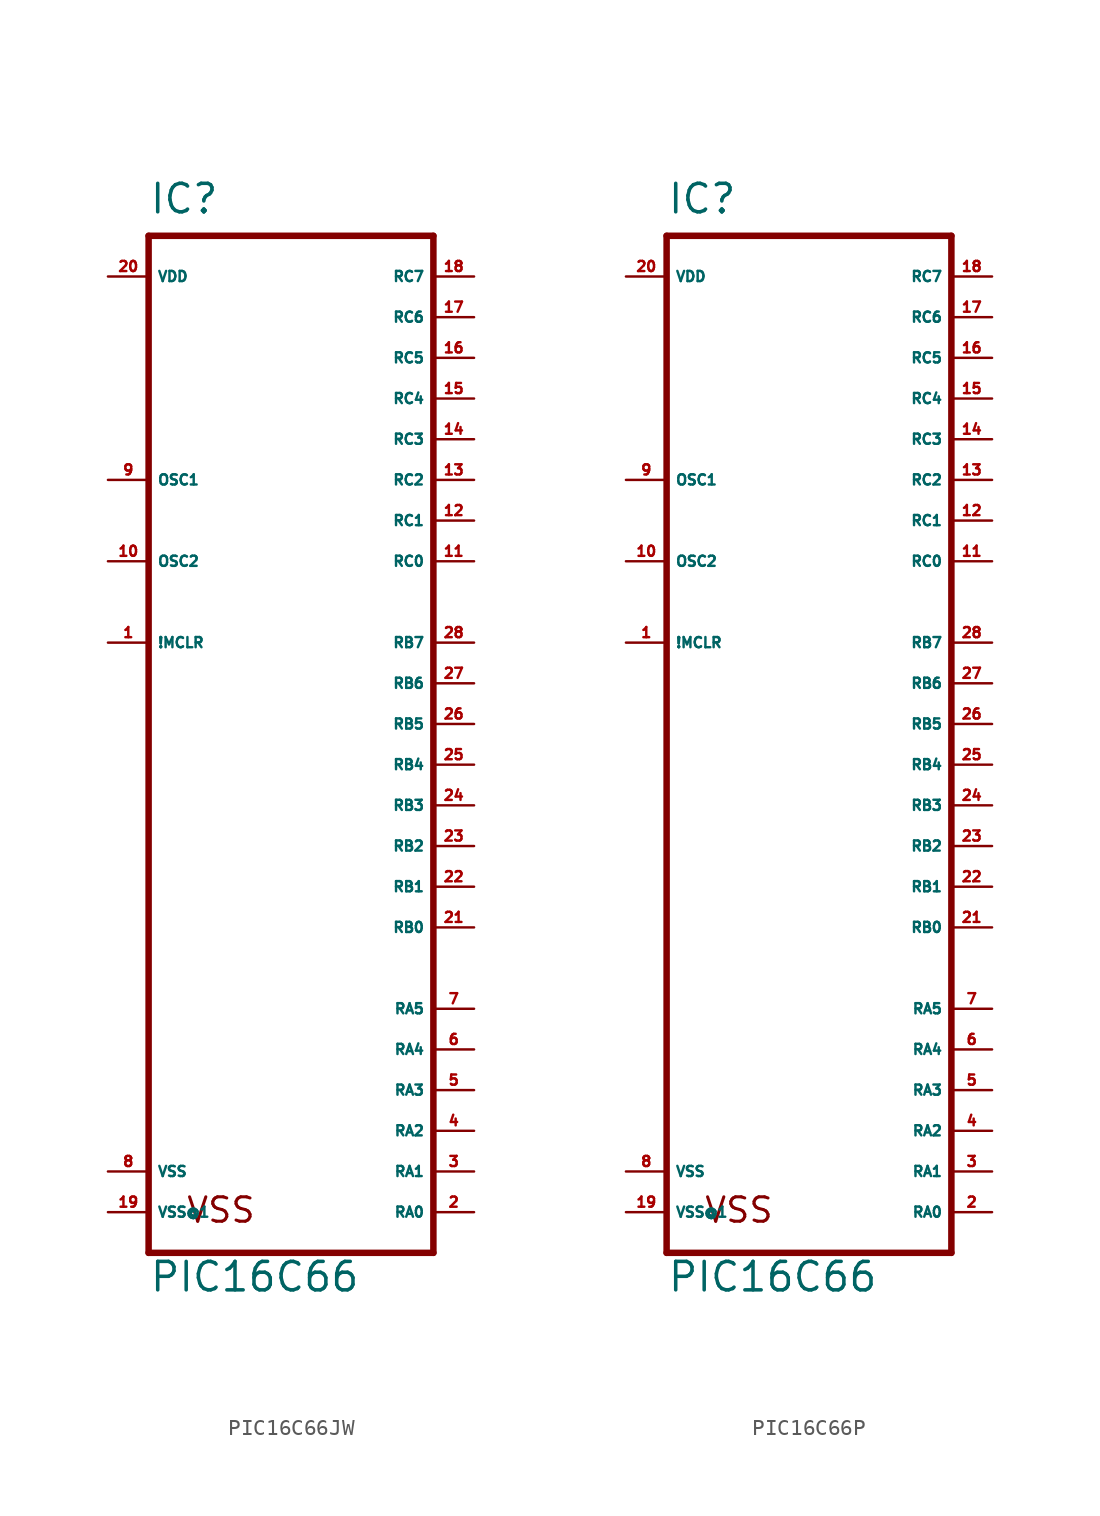
<source format=kicad_sym>
(kicad_symbol_lib
  (version 20220914)
  (generator Eagle2Kicad)
  (symbol "PIC16C66JW"
    (property "Reference" "IC"
      (at -7.62 31.75 0)
      (effects (font (size 1.778 1.778) (thickness 0.22)) (justify left bottom)))
    (property "Value" "PIC16C66"
      (at -7.62 -35.56 0)
      (effects (font (size 1.778 1.778) (thickness 0.22)) (justify left bottom)))
    (polyline
      (pts (xy -7.62 -33.02) (xy 10.16 -33.02))
      (stroke (width 0.406) (type default))
      (fill (type none)))
    (polyline
      (pts (xy 10.16 -33.02) (xy 10.16 30.48))
      (stroke (width 0.406) (type default))
      (fill (type none)))
    (polyline
      (pts (xy 10.16 30.48) (xy -7.62 30.48))
      (stroke (width 0.406) (type default))
      (fill (type none)))
    (polyline
      (pts (xy -7.62 30.48) (xy -7.62 -33.02))
      (stroke (width 0.406) (type default))
      (fill (type none)))
    (text "VSS"
      (at -5.334 -31.242 0)
      (effects (font (size 1.524 1.524) (thickness 0.19)) (justify left bottom)))
    (pin input line
      (at -10.16 5.08 0)
      (length 2.54)
      (name "!MCLR" (effects (font (size 0.635 0.635) (thickness 0.08)) (justify left bottom)))
      (number "1" (effects (font (size 0.635 0.635) (thickness 0.08)) (justify left bottom))))
    (pin bidirectional line
      (at -10.16 15.24 0)
      (length 2.54)
      (name "OSC1" (effects (font (size 0.635 0.635) (thickness 0.08)) (justify left bottom)))
      (number "9" (effects (font (size 0.635 0.635) (thickness 0.08)) (justify left bottom))))
    (pin bidirectional line
      (at 12.7 -30.48 180)
      (length 2.54)
      (name "RA0" (effects (font (size 0.635 0.635) (thickness 0.08)) (justify left bottom)))
      (number "2" (effects (font (size 0.635 0.635) (thickness 0.08)) (justify left bottom))))
    (pin bidirectional line
      (at 12.7 -27.94 180)
      (length 2.54)
      (name "RA1" (effects (font (size 0.635 0.635) (thickness 0.08)) (justify left bottom)))
      (number "3" (effects (font (size 0.635 0.635) (thickness 0.08)) (justify left bottom))))
    (pin bidirectional line
      (at 12.7 -25.4 180)
      (length 2.54)
      (name "RA2" (effects (font (size 0.635 0.635) (thickness 0.08)) (justify left bottom)))
      (number "4" (effects (font (size 0.635 0.635) (thickness 0.08)) (justify left bottom))))
    (pin bidirectional line
      (at 12.7 -22.86 180)
      (length 2.54)
      (name "RA3" (effects (font (size 0.635 0.635) (thickness 0.08)) (justify left bottom)))
      (number "5" (effects (font (size 0.635 0.635) (thickness 0.08)) (justify left bottom))))
    (pin bidirectional line
      (at 12.7 -20.32 180)
      (length 2.54)
      (name "RA4" (effects (font (size 0.635 0.635) (thickness 0.08)) (justify left bottom)))
      (number "6" (effects (font (size 0.635 0.635) (thickness 0.08)) (justify left bottom))))
    (pin bidirectional line
      (at 12.7 -17.78 180)
      (length 2.54)
      (name "RA5" (effects (font (size 0.635 0.635) (thickness 0.08)) (justify left bottom)))
      (number "7" (effects (font (size 0.635 0.635) (thickness 0.08)) (justify left bottom))))
    (pin bidirectional line
      (at -10.16 10.16 0)
      (length 2.54)
      (name "OSC2" (effects (font (size 0.635 0.635) (thickness 0.08)) (justify left bottom)))
      (number "10" (effects (font (size 0.635 0.635) (thickness 0.08)) (justify left bottom))))
    (pin bidirectional line
      (at 12.7 27.94 180)
      (length 2.54)
      (name "RC7" (effects (font (size 0.635 0.635) (thickness 0.08)) (justify left bottom)))
      (number "18" (effects (font (size 0.635 0.635) (thickness 0.08)) (justify left bottom))))
    (pin bidirectional line
      (at 12.7 25.4 180)
      (length 2.54)
      (name "RC6" (effects (font (size 0.635 0.635) (thickness 0.08)) (justify left bottom)))
      (number "17" (effects (font (size 0.635 0.635) (thickness 0.08)) (justify left bottom))))
    (pin bidirectional line
      (at 12.7 22.86 180)
      (length 2.54)
      (name "RC5" (effects (font (size 0.635 0.635) (thickness 0.08)) (justify left bottom)))
      (number "16" (effects (font (size 0.635 0.635) (thickness 0.08)) (justify left bottom))))
    (pin bidirectional line
      (at 12.7 20.32 180)
      (length 2.54)
      (name "RC4" (effects (font (size 0.635 0.635) (thickness 0.08)) (justify left bottom)))
      (number "15" (effects (font (size 0.635 0.635) (thickness 0.08)) (justify left bottom))))
    (pin bidirectional line
      (at 12.7 17.78 180)
      (length 2.54)
      (name "RC3" (effects (font (size 0.635 0.635) (thickness 0.08)) (justify left bottom)))
      (number "14" (effects (font (size 0.635 0.635) (thickness 0.08)) (justify left bottom))))
    (pin bidirectional line
      (at 12.7 15.24 180)
      (length 2.54)
      (name "RC2" (effects (font (size 0.635 0.635) (thickness 0.08)) (justify left bottom)))
      (number "13" (effects (font (size 0.635 0.635) (thickness 0.08)) (justify left bottom))))
    (pin bidirectional line
      (at 12.7 12.7 180)
      (length 2.54)
      (name "RC1" (effects (font (size 0.635 0.635) (thickness 0.08)) (justify left bottom)))
      (number "12" (effects (font (size 0.635 0.635) (thickness 0.08)) (justify left bottom))))
    (pin bidirectional line
      (at 12.7 10.16 180)
      (length 2.54)
      (name "RC0" (effects (font (size 0.635 0.635) (thickness 0.08)) (justify left bottom)))
      (number "11" (effects (font (size 0.635 0.635) (thickness 0.08)) (justify left bottom))))
    (pin bidirectional line
      (at 12.7 5.08 180)
      (length 2.54)
      (name "RB7" (effects (font (size 0.635 0.635) (thickness 0.08)) (justify left bottom)))
      (number "28" (effects (font (size 0.635 0.635) (thickness 0.08)) (justify left bottom))))
    (pin bidirectional line
      (at 12.7 2.54 180)
      (length 2.54)
      (name "RB6" (effects (font (size 0.635 0.635) (thickness 0.08)) (justify left bottom)))
      (number "27" (effects (font (size 0.635 0.635) (thickness 0.08)) (justify left bottom))))
    (pin bidirectional line
      (at 12.7 0 180)
      (length 2.54)
      (name "RB5" (effects (font (size 0.635 0.635) (thickness 0.08)) (justify left bottom)))
      (number "26" (effects (font (size 0.635 0.635) (thickness 0.08)) (justify left bottom))))
    (pin bidirectional line
      (at 12.7 -2.54 180)
      (length 2.54)
      (name "RB4" (effects (font (size 0.635 0.635) (thickness 0.08)) (justify left bottom)))
      (number "25" (effects (font (size 0.635 0.635) (thickness 0.08)) (justify left bottom))))
    (pin bidirectional line
      (at 12.7 -5.08 180)
      (length 2.54)
      (name "RB3" (effects (font (size 0.635 0.635) (thickness 0.08)) (justify left bottom)))
      (number "24" (effects (font (size 0.635 0.635) (thickness 0.08)) (justify left bottom))))
    (pin bidirectional line
      (at 12.7 -7.62 180)
      (length 2.54)
      (name "RB2" (effects (font (size 0.635 0.635) (thickness 0.08)) (justify left bottom)))
      (number "23" (effects (font (size 0.635 0.635) (thickness 0.08)) (justify left bottom))))
    (pin bidirectional line
      (at 12.7 -10.16 180)
      (length 2.54)
      (name "RB1" (effects (font (size 0.635 0.635) (thickness 0.08)) (justify left bottom)))
      (number "22" (effects (font (size 0.635 0.635) (thickness 0.08)) (justify left bottom))))
    (pin bidirectional line
      (at 12.7 -12.7 180)
      (length 2.54)
      (name "RB0" (effects (font (size 0.635 0.635) (thickness 0.08)) (justify left bottom)))
      (number "21" (effects (font (size 0.635 0.635) (thickness 0.08)) (justify left bottom))))
    (pin unspecified line
      (at -10.16 -30.48 0)
      (length 2.54)
      (name "VSS@1" (effects (font (size 0.635 0.635) (thickness 0.08)) (justify left bottom)))
      (number "19" (effects (font (size 0.635 0.635) (thickness 0.08)) (justify left bottom))))
    (pin unspecified line
      (at -10.16 -27.94 0)
      (length 2.54)
      (name "VSS" (effects (font (size 0.635 0.635) (thickness 0.08)) (justify left bottom)))
      (number "8" (effects (font (size 0.635 0.635) (thickness 0.08)) (justify left bottom))))
    (pin unspecified line
      (at -10.16 27.94 0)
      (length 2.54)
      (name "VDD" (effects (font (size 0.635 0.635) (thickness 0.08)) (justify left bottom)))
      (number "20" (effects (font (size 0.635 0.635) (thickness 0.08)) (justify left bottom)))))
  (symbol "PIC16C66P"
    (property "Reference" "IC"
      (at -7.62 31.75 0)
      (effects (font (size 1.778 1.778) (thickness 0.22)) (justify left bottom)))
    (property "Value" "PIC16C66"
      (at -7.62 -35.56 0)
      (effects (font (size 1.778 1.778) (thickness 0.22)) (justify left bottom)))
    (polyline
      (pts (xy -7.62 -33.02) (xy 10.16 -33.02))
      (stroke (width 0.406) (type default))
      (fill (type none)))
    (polyline
      (pts (xy 10.16 -33.02) (xy 10.16 30.48))
      (stroke (width 0.406) (type default))
      (fill (type none)))
    (polyline
      (pts (xy 10.16 30.48) (xy -7.62 30.48))
      (stroke (width 0.406) (type default))
      (fill (type none)))
    (polyline
      (pts (xy -7.62 30.48) (xy -7.62 -33.02))
      (stroke (width 0.406) (type default))
      (fill (type none)))
    (text "VSS"
      (at -5.334 -31.242 0)
      (effects (font (size 1.524 1.524) (thickness 0.19)) (justify left bottom)))
    (pin input line
      (at -10.16 5.08 0)
      (length 2.54)
      (name "!MCLR" (effects (font (size 0.635 0.635) (thickness 0.08)) (justify left bottom)))
      (number "1" (effects (font (size 0.635 0.635) (thickness 0.08)) (justify left bottom))))
    (pin bidirectional line
      (at -10.16 15.24 0)
      (length 2.54)
      (name "OSC1" (effects (font (size 0.635 0.635) (thickness 0.08)) (justify left bottom)))
      (number "9" (effects (font (size 0.635 0.635) (thickness 0.08)) (justify left bottom))))
    (pin bidirectional line
      (at 12.7 -30.48 180)
      (length 2.54)
      (name "RA0" (effects (font (size 0.635 0.635) (thickness 0.08)) (justify left bottom)))
      (number "2" (effects (font (size 0.635 0.635) (thickness 0.08)) (justify left bottom))))
    (pin bidirectional line
      (at 12.7 -27.94 180)
      (length 2.54)
      (name "RA1" (effects (font (size 0.635 0.635) (thickness 0.08)) (justify left bottom)))
      (number "3" (effects (font (size 0.635 0.635) (thickness 0.08)) (justify left bottom))))
    (pin bidirectional line
      (at 12.7 -25.4 180)
      (length 2.54)
      (name "RA2" (effects (font (size 0.635 0.635) (thickness 0.08)) (justify left bottom)))
      (number "4" (effects (font (size 0.635 0.635) (thickness 0.08)) (justify left bottom))))
    (pin bidirectional line
      (at 12.7 -22.86 180)
      (length 2.54)
      (name "RA3" (effects (font (size 0.635 0.635) (thickness 0.08)) (justify left bottom)))
      (number "5" (effects (font (size 0.635 0.635) (thickness 0.08)) (justify left bottom))))
    (pin bidirectional line
      (at 12.7 -20.32 180)
      (length 2.54)
      (name "RA4" (effects (font (size 0.635 0.635) (thickness 0.08)) (justify left bottom)))
      (number "6" (effects (font (size 0.635 0.635) (thickness 0.08)) (justify left bottom))))
    (pin bidirectional line
      (at 12.7 -17.78 180)
      (length 2.54)
      (name "RA5" (effects (font (size 0.635 0.635) (thickness 0.08)) (justify left bottom)))
      (number "7" (effects (font (size 0.635 0.635) (thickness 0.08)) (justify left bottom))))
    (pin bidirectional line
      (at -10.16 10.16 0)
      (length 2.54)
      (name "OSC2" (effects (font (size 0.635 0.635) (thickness 0.08)) (justify left bottom)))
      (number "10" (effects (font (size 0.635 0.635) (thickness 0.08)) (justify left bottom))))
    (pin bidirectional line
      (at 12.7 27.94 180)
      (length 2.54)
      (name "RC7" (effects (font (size 0.635 0.635) (thickness 0.08)) (justify left bottom)))
      (number "18" (effects (font (size 0.635 0.635) (thickness 0.08)) (justify left bottom))))
    (pin bidirectional line
      (at 12.7 25.4 180)
      (length 2.54)
      (name "RC6" (effects (font (size 0.635 0.635) (thickness 0.08)) (justify left bottom)))
      (number "17" (effects (font (size 0.635 0.635) (thickness 0.08)) (justify left bottom))))
    (pin bidirectional line
      (at 12.7 22.86 180)
      (length 2.54)
      (name "RC5" (effects (font (size 0.635 0.635) (thickness 0.08)) (justify left bottom)))
      (number "16" (effects (font (size 0.635 0.635) (thickness 0.08)) (justify left bottom))))
    (pin bidirectional line
      (at 12.7 20.32 180)
      (length 2.54)
      (name "RC4" (effects (font (size 0.635 0.635) (thickness 0.08)) (justify left bottom)))
      (number "15" (effects (font (size 0.635 0.635) (thickness 0.08)) (justify left bottom))))
    (pin bidirectional line
      (at 12.7 17.78 180)
      (length 2.54)
      (name "RC3" (effects (font (size 0.635 0.635) (thickness 0.08)) (justify left bottom)))
      (number "14" (effects (font (size 0.635 0.635) (thickness 0.08)) (justify left bottom))))
    (pin bidirectional line
      (at 12.7 15.24 180)
      (length 2.54)
      (name "RC2" (effects (font (size 0.635 0.635) (thickness 0.08)) (justify left bottom)))
      (number "13" (effects (font (size 0.635 0.635) (thickness 0.08)) (justify left bottom))))
    (pin bidirectional line
      (at 12.7 12.7 180)
      (length 2.54)
      (name "RC1" (effects (font (size 0.635 0.635) (thickness 0.08)) (justify left bottom)))
      (number "12" (effects (font (size 0.635 0.635) (thickness 0.08)) (justify left bottom))))
    (pin bidirectional line
      (at 12.7 10.16 180)
      (length 2.54)
      (name "RC0" (effects (font (size 0.635 0.635) (thickness 0.08)) (justify left bottom)))
      (number "11" (effects (font (size 0.635 0.635) (thickness 0.08)) (justify left bottom))))
    (pin bidirectional line
      (at 12.7 5.08 180)
      (length 2.54)
      (name "RB7" (effects (font (size 0.635 0.635) (thickness 0.08)) (justify left bottom)))
      (number "28" (effects (font (size 0.635 0.635) (thickness 0.08)) (justify left bottom))))
    (pin bidirectional line
      (at 12.7 2.54 180)
      (length 2.54)
      (name "RB6" (effects (font (size 0.635 0.635) (thickness 0.08)) (justify left bottom)))
      (number "27" (effects (font (size 0.635 0.635) (thickness 0.08)) (justify left bottom))))
    (pin bidirectional line
      (at 12.7 0 180)
      (length 2.54)
      (name "RB5" (effects (font (size 0.635 0.635) (thickness 0.08)) (justify left bottom)))
      (number "26" (effects (font (size 0.635 0.635) (thickness 0.08)) (justify left bottom))))
    (pin bidirectional line
      (at 12.7 -2.54 180)
      (length 2.54)
      (name "RB4" (effects (font (size 0.635 0.635) (thickness 0.08)) (justify left bottom)))
      (number "25" (effects (font (size 0.635 0.635) (thickness 0.08)) (justify left bottom))))
    (pin bidirectional line
      (at 12.7 -5.08 180)
      (length 2.54)
      (name "RB3" (effects (font (size 0.635 0.635) (thickness 0.08)) (justify left bottom)))
      (number "24" (effects (font (size 0.635 0.635) (thickness 0.08)) (justify left bottom))))
    (pin bidirectional line
      (at 12.7 -7.62 180)
      (length 2.54)
      (name "RB2" (effects (font (size 0.635 0.635) (thickness 0.08)) (justify left bottom)))
      (number "23" (effects (font (size 0.635 0.635) (thickness 0.08)) (justify left bottom))))
    (pin bidirectional line
      (at 12.7 -10.16 180)
      (length 2.54)
      (name "RB1" (effects (font (size 0.635 0.635) (thickness 0.08)) (justify left bottom)))
      (number "22" (effects (font (size 0.635 0.635) (thickness 0.08)) (justify left bottom))))
    (pin bidirectional line
      (at 12.7 -12.7 180)
      (length 2.54)
      (name "RB0" (effects (font (size 0.635 0.635) (thickness 0.08)) (justify left bottom)))
      (number "21" (effects (font (size 0.635 0.635) (thickness 0.08)) (justify left bottom))))
    (pin unspecified line
      (at -10.16 -30.48 0)
      (length 2.54)
      (name "VSS@1" (effects (font (size 0.635 0.635) (thickness 0.08)) (justify left bottom)))
      (number "19" (effects (font (size 0.635 0.635) (thickness 0.08)) (justify left bottom))))
    (pin unspecified line
      (at -10.16 -27.94 0)
      (length 2.54)
      (name "VSS" (effects (font (size 0.635 0.635) (thickness 0.08)) (justify left bottom)))
      (number "8" (effects (font (size 0.635 0.635) (thickness 0.08)) (justify left bottom))))
    (pin unspecified line
      (at -10.16 27.94 0)
      (length 2.54)
      (name "VDD" (effects (font (size 0.635 0.635) (thickness 0.08)) (justify left bottom)))
      (number "20" (effects (font (size 0.635 0.635) (thickness 0.08)) (justify left bottom))))))
</source>
